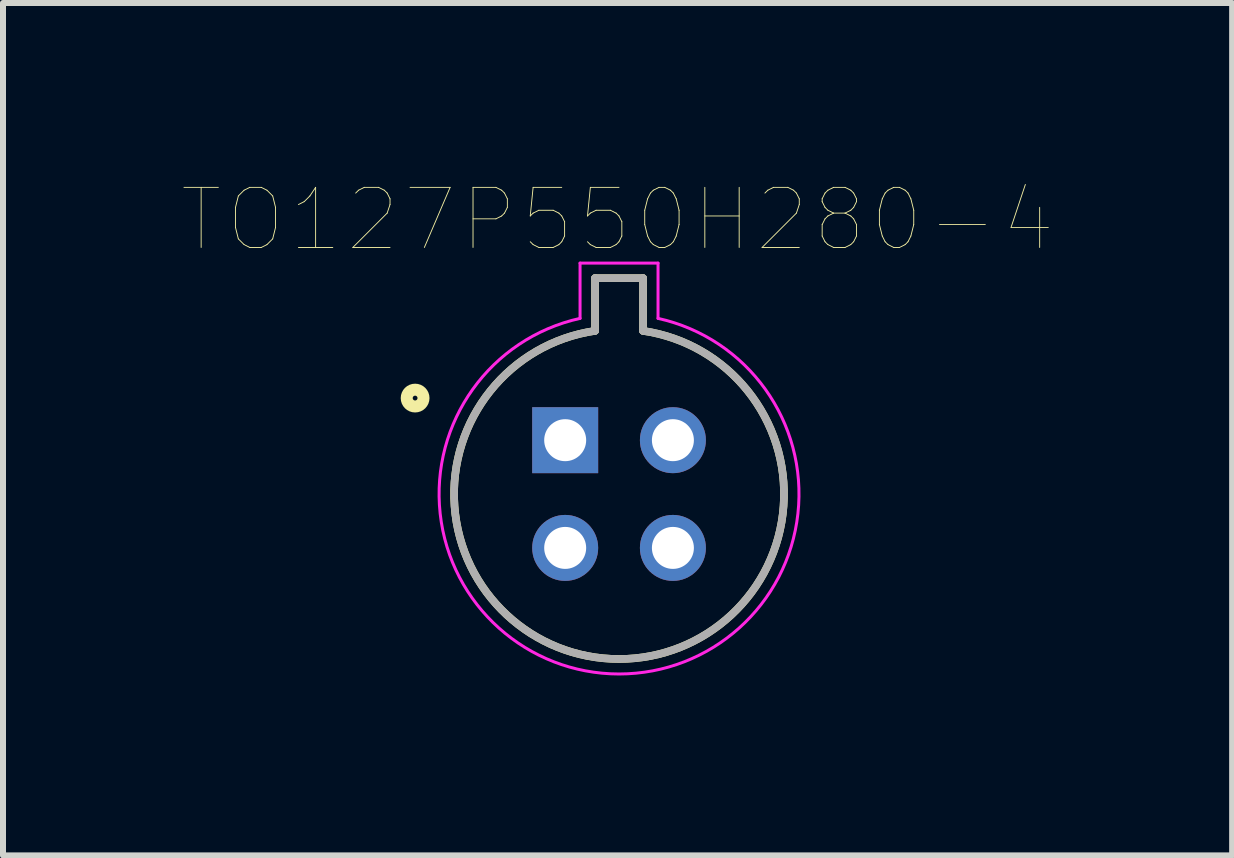
<source format=kicad_pcb>
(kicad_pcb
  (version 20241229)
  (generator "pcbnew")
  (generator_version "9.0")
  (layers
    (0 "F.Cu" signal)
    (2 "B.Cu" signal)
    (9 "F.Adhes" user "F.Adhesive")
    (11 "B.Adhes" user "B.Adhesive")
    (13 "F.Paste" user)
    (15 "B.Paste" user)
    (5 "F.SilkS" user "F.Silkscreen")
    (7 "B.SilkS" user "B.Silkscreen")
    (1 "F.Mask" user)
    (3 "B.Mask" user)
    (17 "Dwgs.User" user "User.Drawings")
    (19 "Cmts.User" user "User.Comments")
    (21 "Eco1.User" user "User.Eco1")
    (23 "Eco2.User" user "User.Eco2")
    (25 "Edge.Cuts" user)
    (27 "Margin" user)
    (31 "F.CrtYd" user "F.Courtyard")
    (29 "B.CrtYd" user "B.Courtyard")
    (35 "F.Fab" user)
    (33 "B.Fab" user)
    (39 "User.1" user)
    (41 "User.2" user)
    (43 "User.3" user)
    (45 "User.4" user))
  (footprint "TO127P550H280-4"
    (layer "F.Cu")
    (at 7.271 5.187)
    (property "Reference" "TO127P550H280-4" (at -0.025 -4.574 0) (layer "F.SilkS") (effects (font (size 1.002 1.002) (thickness 0.015))))
    (attr through_hole)
    (fp_line (start -0.4 -3.6) (end -0.4 -2.721) (stroke (width 0.127) (type solid)) (layer "F.SilkS"))
    (fp_line (start 0.4 -3.6) (end -0.4 -3.6) (stroke (width 0.127) (type solid)) (layer "F.SilkS"))
    (fp_line (start 0.4 -2.721) (end 0.4 -3.6) (stroke (width 0.127) (type solid)) (layer "F.SilkS"))
    (fp_arc (start 0.400009 -2.72073) (mid 0 2.750213) (end -0.400009 -2.72073) (stroke (width 0.127) (type solid)) (layer "F.SilkS"))
    (fp_circle (center -3.4 -1.6) (end -3.26 -1.6) (stroke (width 0.2) (type solid)) (fill no) (layer "F.SilkS"))
    (fp_line (start -0.65 -3.85) (end -0.65 -2.929) (stroke (width 0.05) (type solid)) (layer "F.CrtYd"))
    (fp_line (start 0.65 -3.85) (end -0.65 -3.85) (stroke (width 0.05) (type solid)) (layer "F.CrtYd"))
    (fp_line (start 0.65 -2.929) (end 0.65 -3.85) (stroke (width 0.05) (type solid)) (layer "F.CrtYd"))
    (fp_arc (start 0.650041 -2.92876) (mid 0 3.000267) (end -0.650041 -2.92876) (stroke (width 0.05) (type solid)) (layer "F.CrtYd"))
    (fp_line (start -0.4 -3.6) (end -0.4 -2.721) (stroke (width 0.127) (type solid)) (layer "F.Fab"))
    (fp_line (start 0.4 -3.6) (end -0.4 -3.6) (stroke (width 0.127) (type solid)) (layer "F.Fab"))
    (fp_line (start 0.4 -2.721) (end 0.4 -3.6) (stroke (width 0.127) (type solid)) (layer "F.Fab"))
    (fp_arc (start 0.400009 -2.72073) (mid 0 2.750213) (end -0.400009 -2.72073) (stroke (width 0.127) (type solid)) (layer "F.Fab"))
    (pad "1" thru_hole rect (at -0.898 -0.898) (size 1.1 1.1) (drill 0.7) (layers "*.Cu" "*.Mask"))
    (pad "2" thru_hole circle (at -0.898 0.898) (size 1.1 1.1) (drill 0.7) (layers "*.Cu" "*.Mask"))
    (pad "3" thru_hole circle (at 0.898 0.898) (size 1.1 1.1) (drill 0.7) (layers "*.Cu" "*.Mask"))
    (pad "4" thru_hole circle (at 0.898 -0.898) (size 1.1 1.1) (drill 0.7) (layers "*.Cu" "*.Mask")))
  (gr_rect
    (start -3 -3)
    (end 17.493 11.212)
    (stroke (width 0.1) (type default))
    (fill no)
    (layer "Edge.Cuts")))
</source>
